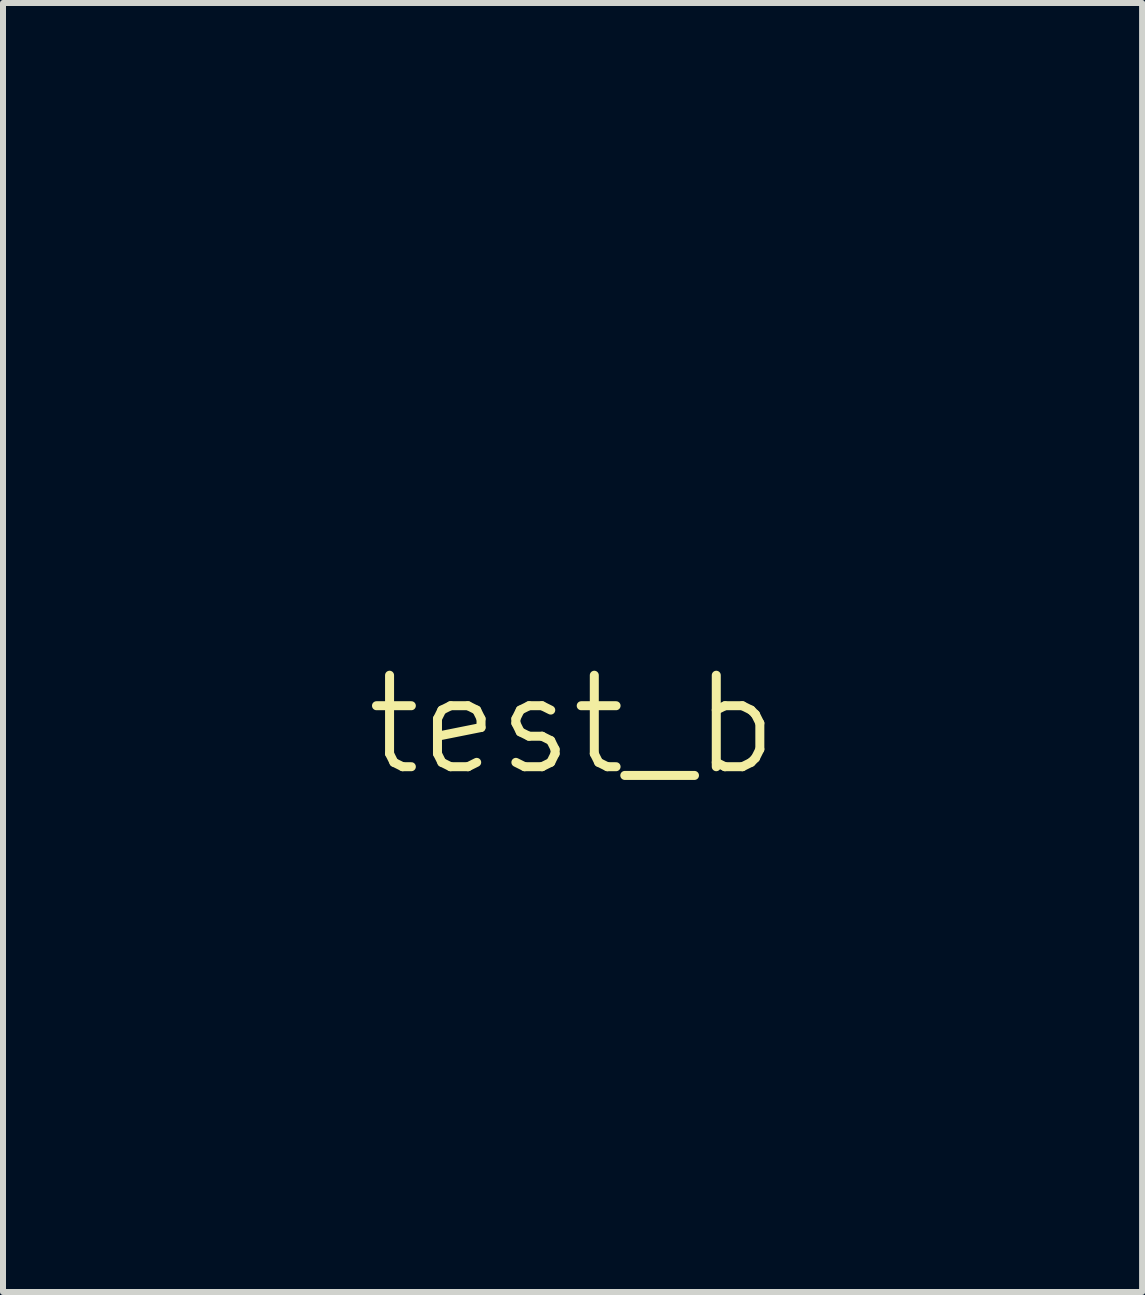
<source format=kicad_pcb>
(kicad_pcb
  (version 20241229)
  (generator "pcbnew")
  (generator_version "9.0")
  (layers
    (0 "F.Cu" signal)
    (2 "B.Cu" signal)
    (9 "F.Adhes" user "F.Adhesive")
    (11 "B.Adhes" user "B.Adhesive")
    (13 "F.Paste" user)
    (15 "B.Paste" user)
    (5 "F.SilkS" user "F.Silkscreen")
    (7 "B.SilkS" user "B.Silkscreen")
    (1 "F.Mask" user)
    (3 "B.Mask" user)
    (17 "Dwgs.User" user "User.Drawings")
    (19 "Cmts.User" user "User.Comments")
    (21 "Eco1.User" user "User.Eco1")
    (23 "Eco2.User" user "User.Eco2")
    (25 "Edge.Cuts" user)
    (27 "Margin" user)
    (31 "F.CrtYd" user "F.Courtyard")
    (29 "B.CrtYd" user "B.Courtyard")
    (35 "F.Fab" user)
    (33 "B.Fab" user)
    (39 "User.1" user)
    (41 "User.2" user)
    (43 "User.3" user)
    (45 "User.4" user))
  (footprint "test_b"
    (layer "F.Cu")
    (at 6.488 9.026)
    (property "Reference" "test_b" (at 0 0 0) (layer "F.SilkS") (effects (font (size 1.524 1.524) (thickness 0.15))))
    (attr through_hole)
    (fp_poly (pts (xy -2.845 -1.059) (xy -2.845 1.06) (xy -1.009 -0.000004) (xy -2.845 -1.059)) (stroke (width 0.000001) (type solid)) (fill yes) (layer "F.Mask"))
    (fp_poly (pts (xy 2.845 -1.059) (xy 1.009 -0.000003) (xy 2.845 1.06) (xy 2.845 -1.059)) (stroke (width 0.000001) (type solid)) (fill yes) (layer "F.Mask"))
    (fp_poly (pts (xy -0.81 -6.447) (xy -0.81 6.447) (xy 0.81 6.447) (xy 0.81 -6.447) (xy -0.81 -6.447)) (stroke (width 0.000001) (type solid)) (fill yes) (layer "F.Mask"))
    (fp_poly (pts (xy -5.498 -9.026) (xy -5.546 -9.024) (xy -5.594 -9.017) (xy -5.642 -9.006) (xy -5.688 -8.99) (xy -5.734 -8.97) (xy -5.779 -8.946) (xy -5.823 -8.918) (xy -5.866 -8.886) (xy -5.908 -8.85) (xy -5.949 -8.811) (xy -5.989 -8.768) (xy -6.028 -8.721) (xy -6.066 -8.671) (xy -6.102 -8.618) (xy -6.137 -8.561) (xy -6.171 -8.502) (xy -6.204 -8.439) (xy -6.234 -8.374) (xy -6.264 -8.305) (xy -6.292 -8.234) (xy -6.318 -8.161) (xy -6.343 -8.085) (xy -6.366 -8.007) (xy -6.387 -7.926) (xy -6.407 -7.843) (xy -6.424 -7.759) (xy -6.44 -7.672) (xy -6.454 -7.583) (xy -6.466 -7.493) (xy -6.475 -7.401) (xy -6.483 -7.308) (xy -6.488 -7.213) (xy -6.488 -6.447) (xy -3.241 -6.447) (xy -3.282 -6.462) (xy -3.322 -6.479) (xy -3.359 -6.5) (xy -3.395 -6.524) (xy -3.427 -6.55) (xy -3.458 -6.58) (xy -3.486 -6.611) (xy -3.511 -6.645) (xy -3.533 -6.681) (xy -3.552 -6.718) (xy -3.568 -6.757) (xy -3.581 -6.798) (xy -3.59 -6.84) (xy -3.596 -6.883) (xy -3.598 -6.927) (xy -3.596 -6.967) (xy -3.591 -7.006) (xy -3.583 -7.045) (xy -3.573 -7.083) (xy -3.559 -7.12) (xy -3.542 -7.155) (xy -3.522 -7.19) (xy -3.5 -7.223) (xy -3.502 -7.317) (xy -3.507 -7.41) (xy -3.515 -7.501) (xy -3.524 -7.591) (xy -3.537 -7.679) (xy -3.551 -7.765) (xy -3.568 -7.85) (xy -3.587 -7.932) (xy -3.608 -8.012) (xy -3.631 -8.09) (xy -3.656 -8.165) (xy -3.683 -8.238) (xy -3.712 -8.309) (xy -3.742 -8.377) (xy -3.774 -8.442) (xy -3.808 -8.504) (xy -3.843 -8.564) (xy -3.879 -8.62) (xy -3.917 -8.673) (xy -3.956 -8.723) (xy -3.996 -8.769) (xy -4.038 -8.812) (xy -4.08 -8.851) (xy -4.124 -8.887) (xy -4.168 -8.919) (xy -4.213 -8.947) (xy -4.259 -8.971) (xy -4.306 -8.99) (xy -4.353 -9.006) (xy -4.401 -9.017) (xy -4.449 -9.024) (xy -4.498 -9.026) (xy -5.498 -9.026)) (stroke (width 0.000001) (type solid)) (fill yes) (layer "F.Mask"))
    (fp_poly (pts (xy 4.498 -9.026) (xy 4.449 -9.024) (xy 4.401 -9.017) (xy 4.353 -9.006) (xy 4.306 -8.99) (xy 4.259 -8.971) (xy 4.213 -8.947) (xy 4.168 -8.919) (xy 4.124 -8.887) (xy 4.08 -8.851) (xy 4.038 -8.812) (xy 3.996 -8.769) (xy 3.956 -8.723) (xy 3.917 -8.673) (xy 3.879 -8.62) (xy 3.843 -8.564) (xy 3.808 -8.504) (xy 3.774 -8.442) (xy 3.742 -8.377) (xy 3.712 -8.309) (xy 3.683 -8.238) (xy 3.656 -8.165) (xy 3.631 -8.09) (xy 3.608 -8.012) (xy 3.587 -7.932) (xy 3.568 -7.85) (xy 3.551 -7.765) (xy 3.537 -7.679) (xy 3.524 -7.591) (xy 3.515 -7.501) (xy 3.507 -7.41) (xy 3.502 -7.317) (xy 3.5 -7.223) (xy 3.522 -7.19) (xy 3.542 -7.155) (xy 3.559 -7.12) (xy 3.573 -7.083) (xy 3.583 -7.045) (xy 3.591 -7.006) (xy 3.596 -6.967) (xy 3.598 -6.927) (xy 3.596 -6.883) (xy 3.59 -6.84) (xy 3.581 -6.798) (xy 3.568 -6.757) (xy 3.552 -6.718) (xy 3.533 -6.681) (xy 3.511 -6.645) (xy 3.486 -6.611) (xy 3.458 -6.58) (xy 3.427 -6.55) (xy 3.395 -6.524) (xy 3.359 -6.5) (xy 3.322 -6.479) (xy 3.282 -6.462) (xy 3.241 -6.447) (xy 6.488 -6.447) (xy 6.488 -7.213) (xy 6.483 -7.308) (xy 6.475 -7.401) (xy 6.466 -7.493) (xy 6.454 -7.583) (xy 6.44 -7.672) (xy 6.424 -7.759) (xy 6.407 -7.843) (xy 6.387 -7.926) (xy 6.366 -8.007) (xy 6.343 -8.085) (xy 6.318 -8.161) (xy 6.292 -8.234) (xy 6.264 -8.305) (xy 6.234 -8.374) (xy 6.204 -8.439) (xy 6.171 -8.502) (xy 6.137 -8.561) (xy 6.102 -8.618) (xy 6.066 -8.671) (xy 6.028 -8.721) (xy 5.989 -8.768) (xy 5.949 -8.811) (xy 5.908 -8.85) (xy 5.866 -8.886) (xy 5.823 -8.918) (xy 5.779 -8.946) (xy 5.734 -8.97) (xy 5.688 -8.99) (xy 5.642 -9.006) (xy 5.594 -9.017) (xy 5.546 -9.024) (xy 5.498 -9.026) (xy 4.498 -9.026)) (stroke (width 0.000001) (type solid)) (fill yes) (layer "F.Mask"))
    (fp_poly (pts (xy -2.845 -1.059) (xy -2.845 1.06) (xy -1.009 -0.000008) (xy -2.845 -1.059)) (stroke (width 0.000001) (type solid)) (fill yes) (layer "B.Mask"))
    (fp_poly (pts (xy 2.845 -1.059) (xy 1.009 -0.000008) (xy 2.845 1.06) (xy 2.845 -1.059)) (stroke (width 0.000001) (type solid)) (fill yes) (layer "B.Mask"))
    (fp_poly (pts (xy -0.81 -6.447) (xy -0.81 6.447) (xy 0.81 6.447) (xy 0.81 -6.447) (xy -0.81 -6.447)) (stroke (width 0.000001) (type solid)) (fill yes) (layer "B.Mask"))
    (fp_poly (pts (xy -5.498 -9.026) (xy -5.546 -9.024) (xy -5.594 -9.017) (xy -5.642 -9.006) (xy -5.688 -8.99) (xy -5.734 -8.97) (xy -5.779 -8.946) (xy -5.823 -8.918) (xy -5.866 -8.886) (xy -5.908 -8.85) (xy -5.949 -8.811) (xy -5.989 -8.768) (xy -6.028 -8.721) (xy -6.066 -8.671) (xy -6.102 -8.618) (xy -6.137 -8.561) (xy -6.171 -8.502) (xy -6.204 -8.439) (xy -6.234 -8.374) (xy -6.264 -8.305) (xy -6.292 -8.234) (xy -6.318 -8.161) (xy -6.343 -8.085) (xy -6.366 -8.007) (xy -6.387 -7.926) (xy -6.407 -7.843) (xy -6.424 -7.759) (xy -6.44 -7.672) (xy -6.454 -7.583) (xy -6.466 -7.493) (xy -6.475 -7.401) (xy -6.483 -7.308) (xy -6.488 -7.213) (xy -6.488 -6.447) (xy -3.241 -6.447) (xy -3.282 -6.462) (xy -3.322 -6.479) (xy -3.359 -6.5) (xy -3.395 -6.524) (xy -3.427 -6.55) (xy -3.458 -6.58) (xy -3.486 -6.611) (xy -3.511 -6.645) (xy -3.533 -6.681) (xy -3.552 -6.718) (xy -3.568 -6.757) (xy -3.581 -6.798) (xy -3.59 -6.84) (xy -3.596 -6.883) (xy -3.598 -6.927) (xy -3.596 -6.967) (xy -3.591 -7.006) (xy -3.583 -7.045) (xy -3.573 -7.083) (xy -3.559 -7.12) (xy -3.542 -7.155) (xy -3.522 -7.19) (xy -3.5 -7.223) (xy -3.502 -7.317) (xy -3.507 -7.41) (xy -3.515 -7.501) (xy -3.524 -7.591) (xy -3.537 -7.679) (xy -3.551 -7.765) (xy -3.568 -7.85) (xy -3.587 -7.932) (xy -3.608 -8.012) (xy -3.631 -8.09) (xy -3.656 -8.165) (xy -3.683 -8.238) (xy -3.712 -8.309) (xy -3.742 -8.377) (xy -3.774 -8.442) (xy -3.808 -8.504) (xy -3.843 -8.564) (xy -3.879 -8.62) (xy -3.917 -8.673) (xy -3.956 -8.723) (xy -3.996 -8.769) (xy -4.038 -8.812) (xy -4.08 -8.851) (xy -4.124 -8.887) (xy -4.168 -8.919) (xy -4.213 -8.947) (xy -4.259 -8.971) (xy -4.306 -8.99) (xy -4.353 -9.006) (xy -4.401 -9.017) (xy -4.449 -9.024) (xy -4.498 -9.026) (xy -5.498 -9.026)) (stroke (width 0.000001) (type solid)) (fill yes) (layer "B.Mask"))
    (fp_poly (pts (xy 4.498 -9.026) (xy 4.449 -9.024) (xy 4.401 -9.017) (xy 4.353 -9.006) (xy 4.306 -8.99) (xy 4.259 -8.971) (xy 4.213 -8.947) (xy 4.168 -8.919) (xy 4.124 -8.887) (xy 4.08 -8.851) (xy 4.038 -8.812) (xy 3.996 -8.769) (xy 3.956 -8.723) (xy 3.917 -8.673) (xy 3.879 -8.62) (xy 3.843 -8.564) (xy 3.808 -8.504) (xy 3.774 -8.442) (xy 3.742 -8.377) (xy 3.712 -8.309) (xy 3.683 -8.238) (xy 3.656 -8.165) (xy 3.631 -8.09) (xy 3.608 -8.012) (xy 3.587 -7.932) (xy 3.568 -7.85) (xy 3.551 -7.765) (xy 3.537 -7.679) (xy 3.524 -7.591) (xy 3.515 -7.501) (xy 3.507 -7.41) (xy 3.502 -7.317) (xy 3.5 -7.223) (xy 3.522 -7.19) (xy 3.542 -7.155) (xy 3.559 -7.12) (xy 3.573 -7.083) (xy 3.583 -7.045) (xy 3.591 -7.006) (xy 3.596 -6.967) (xy 3.598 -6.927) (xy 3.596 -6.883) (xy 3.59 -6.84) (xy 3.581 -6.798) (xy 3.568 -6.757) (xy 3.552 -6.718) (xy 3.533 -6.681) (xy 3.511 -6.645) (xy 3.486 -6.611) (xy 3.458 -6.58) (xy 3.427 -6.55) (xy 3.395 -6.524) (xy 3.359 -6.5) (xy 3.322 -6.479) (xy 3.282 -6.462) (xy 3.241 -6.447) (xy 6.488 -6.447) (xy 6.488 -7.213) (xy 6.483 -7.308) (xy 6.475 -7.401) (xy 6.466 -7.493) (xy 6.454 -7.583) (xy 6.44 -7.672) (xy 6.424 -7.759) (xy 6.407 -7.843) (xy 6.387 -7.926) (xy 6.366 -8.007) (xy 6.343 -8.085) (xy 6.318 -8.161) (xy 6.292 -8.234) (xy 6.264 -8.305) (xy 6.234 -8.374) (xy 6.204 -8.439) (xy 6.171 -8.502) (xy 6.137 -8.561) (xy 6.102 -8.618) (xy 6.066 -8.671) (xy 6.028 -8.721) (xy 5.989 -8.768) (xy 5.949 -8.811) (xy 5.908 -8.85) (xy 5.866 -8.886) (xy 5.823 -8.918) (xy 5.779 -8.946) (xy 5.734 -8.97) (xy 5.688 -8.99) (xy 5.642 -9.006) (xy 5.594 -9.017) (xy 5.546 -9.024) (xy 5.498 -9.026) (xy 4.498 -9.026)) (stroke (width 0.000001) (type solid)) (fill yes) (layer "B.Mask")))
  (gr_rect
    (start -3 -3)
    (end 15.977 18.474)
    (stroke (width 0.1) (type default))
    (fill no)
    (layer "Edge.Cuts")))
</source>
